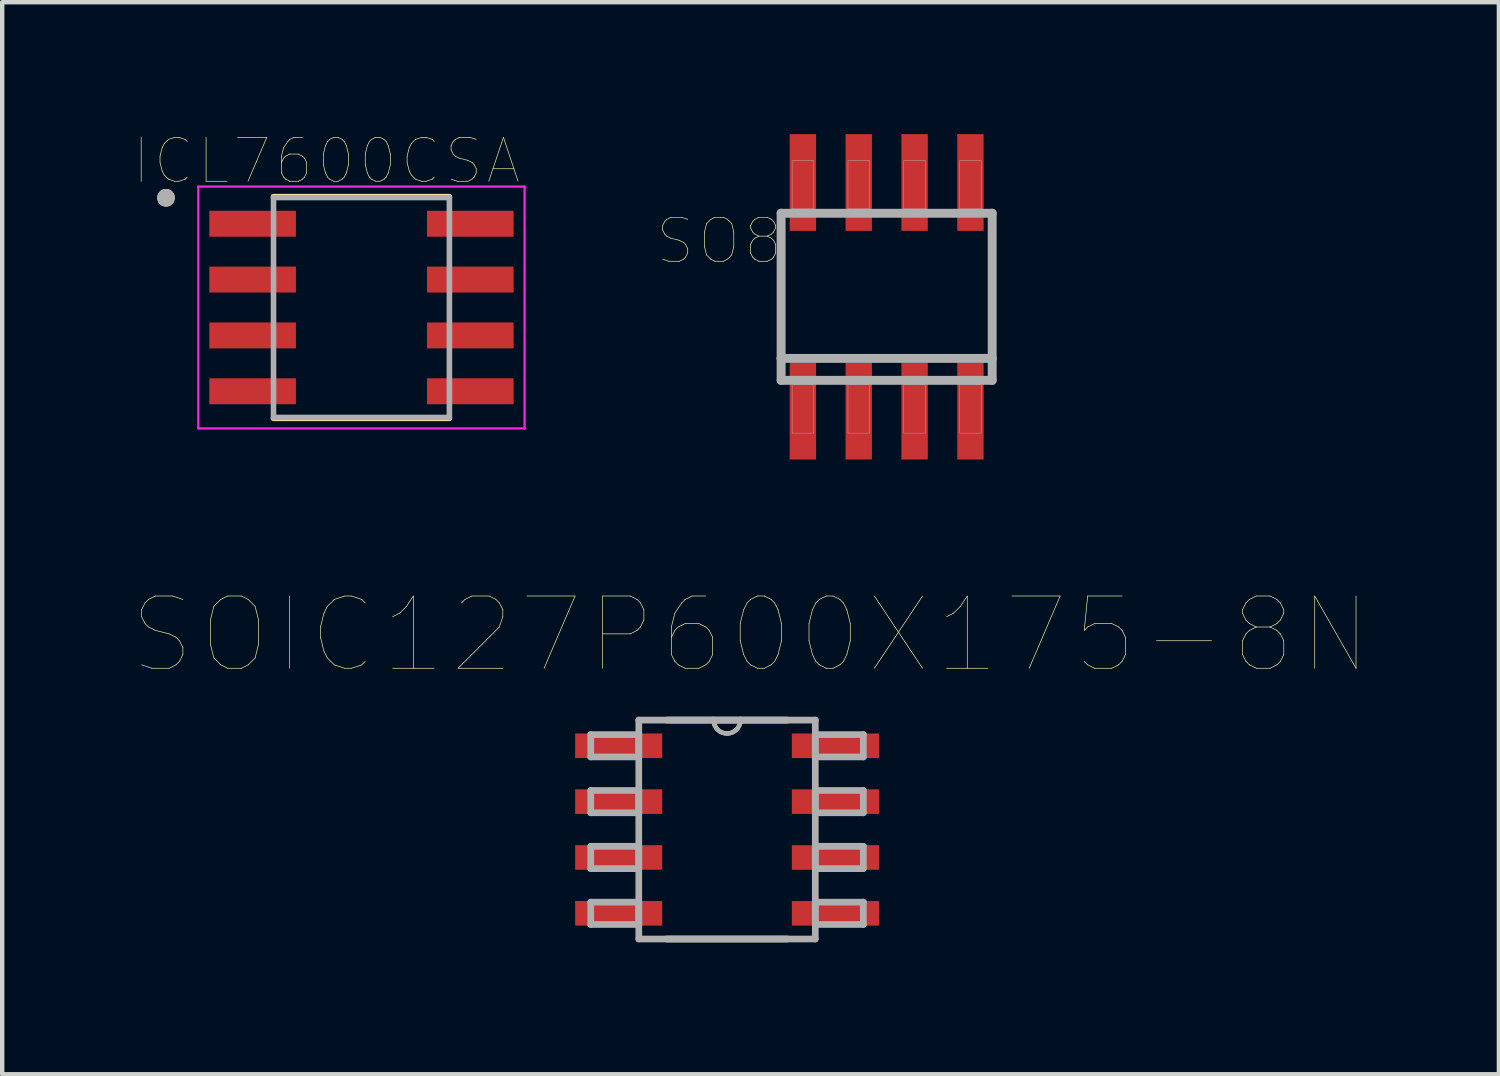
<source format=kicad_pcb>
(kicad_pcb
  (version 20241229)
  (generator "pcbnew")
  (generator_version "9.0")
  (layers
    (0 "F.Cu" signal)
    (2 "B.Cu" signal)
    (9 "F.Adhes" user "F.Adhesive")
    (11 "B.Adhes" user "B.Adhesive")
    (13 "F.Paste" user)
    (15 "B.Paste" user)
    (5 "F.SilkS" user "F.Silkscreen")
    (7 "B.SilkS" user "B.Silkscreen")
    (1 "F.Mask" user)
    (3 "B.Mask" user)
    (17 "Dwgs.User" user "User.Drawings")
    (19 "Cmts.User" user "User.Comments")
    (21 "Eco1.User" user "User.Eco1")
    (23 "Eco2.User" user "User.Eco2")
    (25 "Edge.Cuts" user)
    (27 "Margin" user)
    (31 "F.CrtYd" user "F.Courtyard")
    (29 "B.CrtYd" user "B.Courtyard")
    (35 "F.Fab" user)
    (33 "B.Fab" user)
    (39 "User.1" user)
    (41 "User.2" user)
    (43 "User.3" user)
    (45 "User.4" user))
  (footprint "SO8"
    (layer "F.Cu")
    (at 17.114 3.7)
    (property "Reference" "SO8" (at -3.81 -1.27 180) (layer "F.SilkS") (effects (font (size 1 1) (thickness 0.015))))
    (attr through_hole)
    (fp_line (start -2.4 -1.9) (end 2.4 -1.9) (stroke (width 0.203) (type solid)) (layer "F.Fab"))
    (fp_line (start -2.4 1.4) (end -2.4 -1.9) (stroke (width 0.203) (type solid)) (layer "F.Fab"))
    (fp_line (start -2.4 1.9) (end -2.4 1.4) (stroke (width 0.203) (type solid)) (layer "F.Fab"))
    (fp_line (start 2.4 -1.9) (end 2.4 1.4) (stroke (width 0.203) (type solid)) (layer "F.Fab"))
    (fp_line (start 2.4 1.4) (end -2.4 1.4) (stroke (width 0.203) (type solid)) (layer "F.Fab"))
    (fp_line (start 2.4 1.4) (end 2.4 1.9) (stroke (width 0.203) (type solid)) (layer "F.Fab"))
    (fp_line (start 2.4 1.9) (end -2.4 1.9) (stroke (width 0.203) (type solid)) (layer "F.Fab"))
    (fp_poly (pts (xy -2.15 -3.1) (xy -1.66 -3.1) (xy -1.66 -2) (xy -2.15 -2)) (stroke (width 0.01) (type solid)) (fill no) (layer "F.Fab"))
    (fp_poly (pts (xy -2.15 2) (xy -1.66 2) (xy -1.66 3.1) (xy -2.15 3.1)) (stroke (width 0.01) (type solid)) (fill no) (layer "F.Fab"))
    (fp_poly (pts (xy -0.88 -3.1) (xy -0.39 -3.1) (xy -0.39 -2) (xy -0.88 -2)) (stroke (width 0.01) (type solid)) (fill no) (layer "F.Fab"))
    (fp_poly (pts (xy -0.88 2) (xy -0.39 2) (xy -0.39 3.1) (xy -0.88 3.1)) (stroke (width 0.01) (type solid)) (fill no) (layer "F.Fab"))
    (fp_poly (pts (xy 0.39 -3.1) (xy 0.88 -3.1) (xy 0.88 -2) (xy 0.39 -2)) (stroke (width 0.01) (type solid)) (fill no) (layer "F.Fab"))
    (fp_poly (pts (xy 0.39 2) (xy 0.88 2) (xy 0.88 3.1) (xy 0.39 3.1)) (stroke (width 0.01) (type solid)) (fill no) (layer "F.Fab"))
    (fp_poly (pts (xy 1.66 -3.1) (xy 2.15 -3.1) (xy 2.15 -2) (xy 1.66 -2)) (stroke (width 0.01) (type solid)) (fill no) (layer "F.Fab"))
    (fp_poly (pts (xy 1.66 2) (xy 2.15 2) (xy 2.15 3.1) (xy 1.66 3.1)) (stroke (width 0.01) (type solid)) (fill no) (layer "F.Fab"))
    (pad "1" smd rect (at -1.905 2.6) (size 0.6 2.2) (layers "F.Cu" "F.Mask" "F.Paste"))
    (pad "2" smd rect (at -0.635 2.6) (size 0.6 2.2) (layers "F.Cu" "F.Mask" "F.Paste"))
    (pad "3" smd rect (at 0.635 2.6) (size 0.6 2.2) (layers "F.Cu" "F.Mask" "F.Paste"))
    (pad "4" smd rect (at 1.905 2.6) (size 0.6 2.2) (layers "F.Cu" "F.Mask" "F.Paste"))
    (pad "5" smd rect (at 1.905 -2.6) (size 0.6 2.2) (layers "F.Cu" "F.Mask" "F.Paste"))
    (pad "6" smd rect (at 0.635 -2.6) (size 0.6 2.2) (layers "F.Cu" "F.Mask" "F.Paste"))
    (pad "7" smd rect (at -0.635 -2.6) (size 0.6 2.2) (layers "F.Cu" "F.Mask" "F.Paste"))
    (pad "8" smd rect (at -1.905 -2.6) (size 0.6 2.2) (layers "F.Cu" "F.Mask" "F.Paste")))
  (footprint "ICL7600CSA"
    (layer "F.Cu")
    (at 5.17 3.943)
    (property "Reference" "ICL7600CSA" (at -0.795 -3.332 0) (layer "F.SilkS") (effects (font (size 1 1) (thickness 0.015))))
    (attr through_hole)
    (fp_line (start -2 -2.52) (end 2 -2.52) (stroke (width 0.127) (type solid)) (layer "F.SilkS"))
    (fp_line (start -2 2.52) (end 2 2.52) (stroke (width 0.127) (type solid)) (layer "F.SilkS"))
    (fp_circle (center -4.445 -2.495) (end -4.345 -2.495) (stroke (width 0.2) (type solid)) (fill no) (layer "F.SilkS"))
    (fp_line (start -3.71 -2.75) (end -3.71 2.75) (stroke (width 0.05) (type solid)) (layer "F.CrtYd"))
    (fp_line (start -3.71 -2.75) (end 3.71 -2.75) (stroke (width 0.05) (type solid)) (layer "F.CrtYd"))
    (fp_line (start -3.71 2.75) (end 3.71 2.75) (stroke (width 0.05) (type solid)) (layer "F.CrtYd"))
    (fp_line (start 3.71 -2.75) (end 3.71 2.75) (stroke (width 0.05) (type solid)) (layer "F.CrtYd"))
    (fp_line (start -2 -2.5) (end -2 2.5) (stroke (width 0.127) (type solid)) (layer "F.Fab"))
    (fp_line (start -2 -2.5) (end 2 -2.5) (stroke (width 0.127) (type solid)) (layer "F.Fab"))
    (fp_line (start -2 2.5) (end 2 2.5) (stroke (width 0.127) (type solid)) (layer "F.Fab"))
    (fp_line (start 2 -2.5) (end 2 2.5) (stroke (width 0.127) (type solid)) (layer "F.Fab"))
    (fp_circle (center -4.445 -2.495) (end -4.345 -2.495) (stroke (width 0.2) (type solid)) (fill no) (layer "F.Fab"))
    (pad "1" smd rect (at -2.475 -1.905) (size 1.97 0.59) (layers "F.Cu" "F.Mask" "F.Paste"))
    (pad "2" smd rect (at -2.475 -0.635) (size 1.97 0.59) (layers "F.Cu" "F.Mask" "F.Paste"))
    (pad "3" smd rect (at -2.475 0.635) (size 1.97 0.59) (layers "F.Cu" "F.Mask" "F.Paste"))
    (pad "4" smd rect (at -2.475 1.905) (size 1.97 0.59) (layers "F.Cu" "F.Mask" "F.Paste"))
    (pad "5" smd rect (at 2.475 1.905) (size 1.97 0.59) (layers "F.Cu" "F.Mask" "F.Paste"))
    (pad "6" smd rect (at 2.475 0.635) (size 1.97 0.59) (layers "F.Cu" "F.Mask" "F.Paste"))
    (pad "7" smd rect (at 2.475 -0.635) (size 1.97 0.59) (layers "F.Cu" "F.Mask" "F.Paste"))
    (pad "8" smd rect (at 2.475 -1.905) (size 1.97 0.59) (layers "F.Cu" "F.Mask" "F.Paste")))
  (footprint "SOIC127P600X175-8N"
    (layer "F.Cu")
    (at 13.484 15.815)
    (property "Reference" "SOIC127P600X175-8N" (at 0.534 -4.427 0) (layer "F.SilkS") (effects (font (size 1.643 1.643) (thickness 0.015))))
    (attr through_hole)
    (fp_line (start -1.372 2.489) (end 1.372 2.489) (stroke (width 0.152) (type solid)) (layer "F.SilkS"))
    (fp_line (start -0.305 -2.489) (end -1.372 -2.489) (stroke (width 0.152) (type solid)) (layer "F.SilkS"))
    (fp_line (start 0.305 -2.489) (end -0.305 -2.489) (stroke (width 0.152) (type solid)) (layer "F.SilkS"))
    (fp_line (start 1.372 -2.489) (end 0.305 -2.489) (stroke (width 0.152) (type solid)) (layer "F.SilkS"))
    (fp_arc (start 0.3048 -2.4892) (mid 0 -2.1844) (end -0.3048 -2.4892) (stroke (width 0.1) (type solid)) (layer "F.SilkS"))
    (fp_line (start -3.099 -2.159) (end -3.099 -1.651) (stroke (width 0.152) (type solid)) (layer "F.Fab"))
    (fp_line (start -3.099 -1.651) (end -2.007 -1.651) (stroke (width 0.152) (type solid)) (layer "F.Fab"))
    (fp_line (start -3.099 -0.889) (end -3.099 -0.381) (stroke (width 0.152) (type solid)) (layer "F.Fab"))
    (fp_line (start -3.099 -0.381) (end -2.007 -0.381) (stroke (width 0.152) (type solid)) (layer "F.Fab"))
    (fp_line (start -3.099 0.381) (end -3.099 0.889) (stroke (width 0.152) (type solid)) (layer "F.Fab"))
    (fp_line (start -3.099 0.889) (end -2.007 0.889) (stroke (width 0.152) (type solid)) (layer "F.Fab"))
    (fp_line (start -3.099 1.651) (end -3.099 2.159) (stroke (width 0.152) (type solid)) (layer "F.Fab"))
    (fp_line (start -3.099 2.159) (end -2.007 2.159) (stroke (width 0.152) (type solid)) (layer "F.Fab"))
    (fp_line (start -2.007 -2.489) (end -2.007 2.489) (stroke (width 0.152) (type solid)) (layer "F.Fab"))
    (fp_line (start -2.007 -2.159) (end -3.099 -2.159) (stroke (width 0.152) (type solid)) (layer "F.Fab"))
    (fp_line (start -2.007 -1.651) (end -2.007 -2.159) (stroke (width 0.152) (type solid)) (layer "F.Fab"))
    (fp_line (start -2.007 -0.889) (end -3.099 -0.889) (stroke (width 0.152) (type solid)) (layer "F.Fab"))
    (fp_line (start -2.007 -0.381) (end -2.007 -0.889) (stroke (width 0.152) (type solid)) (layer "F.Fab"))
    (fp_line (start -2.007 0.381) (end -3.099 0.381) (stroke (width 0.152) (type solid)) (layer "F.Fab"))
    (fp_line (start -2.007 0.889) (end -2.007 0.381) (stroke (width 0.152) (type solid)) (layer "F.Fab"))
    (fp_line (start -2.007 1.651) (end -3.099 1.651) (stroke (width 0.152) (type solid)) (layer "F.Fab"))
    (fp_line (start -2.007 2.159) (end -2.007 1.651) (stroke (width 0.152) (type solid)) (layer "F.Fab"))
    (fp_line (start -2.007 2.489) (end 2.007 2.489) (stroke (width 0.152) (type solid)) (layer "F.Fab"))
    (fp_line (start -0.305 -2.489) (end -2.007 -2.489) (stroke (width 0.152) (type solid)) (layer "F.Fab"))
    (fp_line (start 0.305 -2.489) (end -0.305 -2.489) (stroke (width 0.152) (type solid)) (layer "F.Fab"))
    (fp_line (start 2.007 -2.489) (end 0.305 -2.489) (stroke (width 0.152) (type solid)) (layer "F.Fab"))
    (fp_line (start 2.007 -2.159) (end 2.007 -1.651) (stroke (width 0.152) (type solid)) (layer "F.Fab"))
    (fp_line (start 2.007 -1.651) (end 3.099 -1.651) (stroke (width 0.152) (type solid)) (layer "F.Fab"))
    (fp_line (start 2.007 -0.889) (end 2.007 -0.381) (stroke (width 0.152) (type solid)) (layer "F.Fab"))
    (fp_line (start 2.007 -0.381) (end 3.099 -0.381) (stroke (width 0.152) (type solid)) (layer "F.Fab"))
    (fp_line (start 2.007 0.381) (end 2.007 0.889) (stroke (width 0.152) (type solid)) (layer "F.Fab"))
    (fp_line (start 2.007 0.889) (end 3.099 0.889) (stroke (width 0.152) (type solid)) (layer "F.Fab"))
    (fp_line (start 2.007 1.651) (end 2.007 2.159) (stroke (width 0.152) (type solid)) (layer "F.Fab"))
    (fp_line (start 2.007 2.159) (end 3.099 2.159) (stroke (width 0.152) (type solid)) (layer "F.Fab"))
    (fp_line (start 2.007 2.489) (end 2.007 -2.489) (stroke (width 0.152) (type solid)) (layer "F.Fab"))
    (fp_line (start 3.099 -2.159) (end 2.007 -2.159) (stroke (width 0.152) (type solid)) (layer "F.Fab"))
    (fp_line (start 3.099 -1.651) (end 3.099 -2.159) (stroke (width 0.152) (type solid)) (layer "F.Fab"))
    (fp_line (start 3.099 -0.889) (end 2.007 -0.889) (stroke (width 0.152) (type solid)) (layer "F.Fab"))
    (fp_line (start 3.099 -0.381) (end 3.099 -0.889) (stroke (width 0.152) (type solid)) (layer "F.Fab"))
    (fp_line (start 3.099 0.381) (end 2.007 0.381) (stroke (width 0.152) (type solid)) (layer "F.Fab"))
    (fp_line (start 3.099 0.889) (end 3.099 0.381) (stroke (width 0.152) (type solid)) (layer "F.Fab"))
    (fp_line (start 3.099 1.651) (end 2.007 1.651) (stroke (width 0.152) (type solid)) (layer "F.Fab"))
    (fp_line (start 3.099 2.159) (end 3.099 1.651) (stroke (width 0.152) (type solid)) (layer "F.Fab"))
    (fp_arc (start 0.3048 -2.4892) (mid 0 -2.1844) (end -0.3048 -2.4892) (stroke (width 0.1) (type solid)) (layer "F.Fab"))
    (pad "1" smd rect (at -2.464 -1.905) (size 1.981 0.559) (layers "F.Cu" "F.Mask" "F.Paste"))
    (pad "2" smd rect (at -2.464 -0.635) (size 1.981 0.559) (layers "F.Cu" "F.Mask" "F.Paste"))
    (pad "3" smd rect (at -2.464 0.635) (size 1.981 0.559) (layers "F.Cu" "F.Mask" "F.Paste"))
    (pad "4" smd rect (at -2.464 1.905) (size 1.981 0.559) (layers "F.Cu" "F.Mask" "F.Paste"))
    (pad "5" smd rect (at 2.464 1.905) (size 1.981 0.559) (layers "F.Cu" "F.Mask" "F.Paste"))
    (pad "6" smd rect (at 2.464 0.635) (size 1.981 0.559) (layers "F.Cu" "F.Mask" "F.Paste"))
    (pad "7" smd rect (at 2.464 -0.635) (size 1.981 0.559) (layers "F.Cu" "F.Mask" "F.Paste"))
    (pad "8" smd rect (at 2.464 -1.905) (size 1.981 0.559) (layers "F.Cu" "F.Mask" "F.Paste")))
  (gr_rect
    (start -3 -3)
    (end 31.037 21.38)
    (stroke (width 0.1) (type default))
    (fill no)
    (layer "Edge.Cuts")))
</source>
